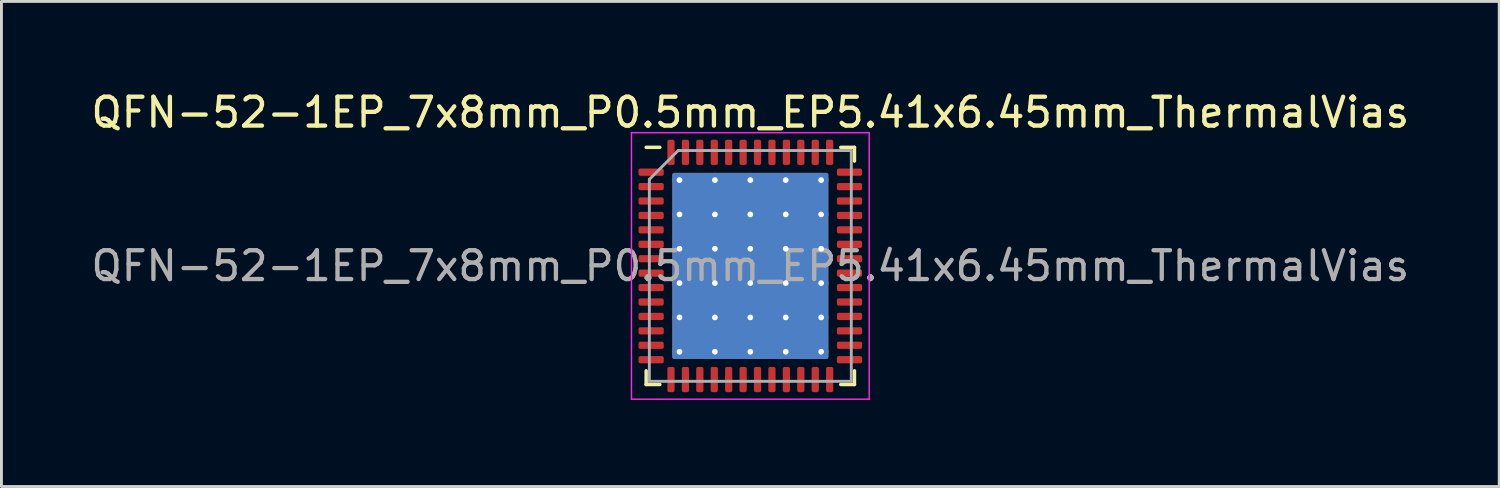
<source format=kicad_pcb>
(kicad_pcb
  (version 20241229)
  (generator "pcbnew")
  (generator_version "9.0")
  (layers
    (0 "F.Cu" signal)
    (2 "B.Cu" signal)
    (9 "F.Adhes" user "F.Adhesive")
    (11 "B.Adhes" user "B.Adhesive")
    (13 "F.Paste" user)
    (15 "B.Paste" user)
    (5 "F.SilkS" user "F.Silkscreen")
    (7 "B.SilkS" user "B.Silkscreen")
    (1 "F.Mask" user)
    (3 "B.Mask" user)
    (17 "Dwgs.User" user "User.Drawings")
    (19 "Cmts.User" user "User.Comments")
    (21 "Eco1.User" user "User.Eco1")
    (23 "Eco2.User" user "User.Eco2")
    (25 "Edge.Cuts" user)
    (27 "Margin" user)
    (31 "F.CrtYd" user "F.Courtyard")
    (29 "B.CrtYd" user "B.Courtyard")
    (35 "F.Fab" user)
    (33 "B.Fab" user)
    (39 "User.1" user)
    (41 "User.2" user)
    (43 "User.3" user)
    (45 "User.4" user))
  (footprint "QFN-52-1EP_7x8mm_P0.5mm_EP5.41x6.45mm_ThermalVias"
    (layer "F.Cu")
    (at 22.958 6.168)
    (property "Reference" "QFN-52-1EP_7x8mm_P0.5mm_EP5.41x6.45mm_ThermalVias" (at 0 -5.32 0) (layer "F.SilkS") (effects (font (size 1 1) (thickness 0.15))))
    (attr smd)
    (fp_line (start -3.61 4.11) (end -3.61 3.635) (stroke (width 0.12) (type solid)) (layer "F.SilkS"))
    (fp_line (start -3.135 -4.11) (end -3.61 -4.11) (stroke (width 0.12) (type solid)) (layer "F.SilkS"))
    (fp_line (start -3.135 4.11) (end -3.61 4.11) (stroke (width 0.12) (type solid)) (layer "F.SilkS"))
    (fp_line (start 3.135 -4.11) (end 3.61 -4.11) (stroke (width 0.12) (type solid)) (layer "F.SilkS"))
    (fp_line (start 3.135 4.11) (end 3.61 4.11) (stroke (width 0.12) (type solid)) (layer "F.SilkS"))
    (fp_line (start 3.61 -4.11) (end 3.61 -3.635) (stroke (width 0.12) (type solid)) (layer "F.SilkS"))
    (fp_line (start 3.61 4.11) (end 3.61 3.635) (stroke (width 0.12) (type solid)) (layer "F.SilkS"))
    (fp_line (start -4.12 -4.62) (end -4.12 4.62) (stroke (width 0.05) (type solid)) (layer "F.CrtYd"))
    (fp_line (start -4.12 4.62) (end 4.12 4.62) (stroke (width 0.05) (type solid)) (layer "F.CrtYd"))
    (fp_line (start 4.12 -4.62) (end -4.12 -4.62) (stroke (width 0.05) (type solid)) (layer "F.CrtYd"))
    (fp_line (start 4.12 4.62) (end 4.12 -4.62) (stroke (width 0.05) (type solid)) (layer "F.CrtYd"))
    (fp_line (start -3.5 -3) (end -2.5 -4) (stroke (width 0.1) (type solid)) (layer "F.Fab"))
    (fp_line (start -3.5 4) (end -3.5 -3) (stroke (width 0.1) (type solid)) (layer "F.Fab"))
    (fp_line (start -2.5 -4) (end 3.5 -4) (stroke (width 0.1) (type solid)) (layer "F.Fab"))
    (fp_line (start 3.5 -4) (end 3.5 4) (stroke (width 0.1) (type solid)) (layer "F.Fab"))
    (fp_line (start 3.5 4) (end -3.5 4) (stroke (width 0.1) (type solid)) (layer "F.Fab"))
    (fp_text user "${REFERENCE}" (at 0 0 0) (layer "F.Fab") (effects (font (size 1 1) (thickness 0.15))))
    (pad "" smd roundrect (at -1.841 -2.38) (size 1.048 0.999) (layers "F.Paste") (roundrect_rratio 0.25))
    (pad "" smd roundrect (at -1.841 -1.19) (size 1.048 0.999) (layers "F.Paste") (roundrect_rratio 0.25))
    (pad "" smd roundrect (at -1.841 0) (size 1.048 0.999) (layers "F.Paste") (roundrect_rratio 0.25))
    (pad "" smd roundrect (at -1.841 1.19) (size 1.048 0.999) (layers "F.Paste") (roundrect_rratio 0.25))
    (pad "" smd roundrect (at -1.841 2.38) (size 1.048 0.999) (layers "F.Paste") (roundrect_rratio 0.25))
    (pad "" smd roundrect (at -0.614 -2.38) (size 1.048 0.999) (layers "F.Paste") (roundrect_rratio 0.25))
    (pad "" smd roundrect (at -0.614 -1.19) (size 1.048 0.999) (layers "F.Paste") (roundrect_rratio 0.25))
    (pad "" smd roundrect (at -0.614 0) (size 1.048 0.999) (layers "F.Paste") (roundrect_rratio 0.25))
    (pad "" smd roundrect (at -0.614 1.19) (size 1.048 0.999) (layers "F.Paste") (roundrect_rratio 0.25))
    (pad "" smd roundrect (at -0.614 2.38) (size 1.048 0.999) (layers "F.Paste") (roundrect_rratio 0.25))
    (pad "" smd roundrect (at 0.614 -2.38) (size 1.048 0.999) (layers "F.Paste") (roundrect_rratio 0.25))
    (pad "" smd roundrect (at 0.614 -1.19) (size 1.048 0.999) (layers "F.Paste") (roundrect_rratio 0.25))
    (pad "" smd roundrect (at 0.614 0) (size 1.048 0.999) (layers "F.Paste") (roundrect_rratio 0.25))
    (pad "" smd roundrect (at 0.614 1.19) (size 1.048 0.999) (layers "F.Paste") (roundrect_rratio 0.25))
    (pad "" smd roundrect (at 0.614 2.38) (size 1.048 0.999) (layers "F.Paste") (roundrect_rratio 0.25))
    (pad "" smd roundrect (at 1.841 -2.38) (size 1.048 0.999) (layers "F.Paste") (roundrect_rratio 0.25))
    (pad "" smd roundrect (at 1.841 -1.19) (size 1.048 0.999) (layers "F.Paste") (roundrect_rratio 0.25))
    (pad "" smd roundrect (at 1.841 0) (size 1.048 0.999) (layers "F.Paste") (roundrect_rratio 0.25))
    (pad "" smd roundrect (at 1.841 1.19) (size 1.048 0.999) (layers "F.Paste") (roundrect_rratio 0.25))
    (pad "" smd roundrect (at 1.841 2.38) (size 1.048 0.999) (layers "F.Paste") (roundrect_rratio 0.25))
    (pad "1" smd roundrect (at -3.438 -3.25) (size 0.875 0.25) (layers "F.Cu" "F.Mask" "F.Paste") (roundrect_rratio 0.25))
    (pad "2" smd roundrect (at -3.438 -2.75) (size 0.875 0.25) (layers "F.Cu" "F.Mask" "F.Paste") (roundrect_rratio 0.25))
    (pad "3" smd roundrect (at -3.438 -2.25) (size 0.875 0.25) (layers "F.Cu" "F.Mask" "F.Paste") (roundrect_rratio 0.25))
    (pad "4" smd roundrect (at -3.438 -1.75) (size 0.875 0.25) (layers "F.Cu" "F.Mask" "F.Paste") (roundrect_rratio 0.25))
    (pad "5" smd roundrect (at -3.438 -1.25) (size 0.875 0.25) (layers "F.Cu" "F.Mask" "F.Paste") (roundrect_rratio 0.25))
    (pad "6" smd roundrect (at -3.438 -0.75) (size 0.875 0.25) (layers "F.Cu" "F.Mask" "F.Paste") (roundrect_rratio 0.25))
    (pad "7" smd roundrect (at -3.438 -0.25) (size 0.875 0.25) (layers "F.Cu" "F.Mask" "F.Paste") (roundrect_rratio 0.25))
    (pad "8" smd roundrect (at -3.438 0.25) (size 0.875 0.25) (layers "F.Cu" "F.Mask" "F.Paste") (roundrect_rratio 0.25))
    (pad "9" smd roundrect (at -3.438 0.75) (size 0.875 0.25) (layers "F.Cu" "F.Mask" "F.Paste") (roundrect_rratio 0.25))
    (pad "10" smd roundrect (at -3.438 1.25) (size 0.875 0.25) (layers "F.Cu" "F.Mask" "F.Paste") (roundrect_rratio 0.25))
    (pad "11" smd roundrect (at -3.438 1.75) (size 0.875 0.25) (layers "F.Cu" "F.Mask" "F.Paste") (roundrect_rratio 0.25))
    (pad "12" smd roundrect (at -3.438 2.25) (size 0.875 0.25) (layers "F.Cu" "F.Mask" "F.Paste") (roundrect_rratio 0.25))
    (pad "13" smd roundrect (at -3.438 2.75) (size 0.875 0.25) (layers "F.Cu" "F.Mask" "F.Paste") (roundrect_rratio 0.25))
    (pad "14" smd roundrect (at -3.438 3.25) (size 0.875 0.25) (layers "F.Cu" "F.Mask" "F.Paste") (roundrect_rratio 0.25))
    (pad "15" smd roundrect (at -2.75 3.938) (size 0.25 0.875) (layers "F.Cu" "F.Mask" "F.Paste") (roundrect_rratio 0.25))
    (pad "16" smd roundrect (at -2.25 3.938) (size 0.25 0.875) (layers "F.Cu" "F.Mask" "F.Paste") (roundrect_rratio 0.25))
    (pad "17" smd roundrect (at -1.75 3.938) (size 0.25 0.875) (layers "F.Cu" "F.Mask" "F.Paste") (roundrect_rratio 0.25))
    (pad "18" smd roundrect (at -1.25 3.938) (size 0.25 0.875) (layers "F.Cu" "F.Mask" "F.Paste") (roundrect_rratio 0.25))
    (pad "19" smd roundrect (at -0.75 3.938) (size 0.25 0.875) (layers "F.Cu" "F.Mask" "F.Paste") (roundrect_rratio 0.25))
    (pad "20" smd roundrect (at -0.25 3.938) (size 0.25 0.875) (layers "F.Cu" "F.Mask" "F.Paste") (roundrect_rratio 0.25))
    (pad "21" smd roundrect (at 0.25 3.938) (size 0.25 0.875) (layers "F.Cu" "F.Mask" "F.Paste") (roundrect_rratio 0.25))
    (pad "22" smd roundrect (at 0.75 3.938) (size 0.25 0.875) (layers "F.Cu" "F.Mask" "F.Paste") (roundrect_rratio 0.25))
    (pad "23" smd roundrect (at 1.25 3.938) (size 0.25 0.875) (layers "F.Cu" "F.Mask" "F.Paste") (roundrect_rratio 0.25))
    (pad "24" smd roundrect (at 1.75 3.938) (size 0.25 0.875) (layers "F.Cu" "F.Mask" "F.Paste") (roundrect_rratio 0.25))
    (pad "25" smd roundrect (at 2.25 3.938) (size 0.25 0.875) (layers "F.Cu" "F.Mask" "F.Paste") (roundrect_rratio 0.25))
    (pad "26" smd roundrect (at 2.75 3.938) (size 0.25 0.875) (layers "F.Cu" "F.Mask" "F.Paste") (roundrect_rratio 0.25))
    (pad "27" smd roundrect (at 3.438 3.25) (size 0.875 0.25) (layers "F.Cu" "F.Mask" "F.Paste") (roundrect_rratio 0.25))
    (pad "28" smd roundrect (at 3.438 2.75) (size 0.875 0.25) (layers "F.Cu" "F.Mask" "F.Paste") (roundrect_rratio 0.25))
    (pad "29" smd roundrect (at 3.438 2.25) (size 0.875 0.25) (layers "F.Cu" "F.Mask" "F.Paste") (roundrect_rratio 0.25))
    (pad "30" smd roundrect (at 3.438 1.75) (size 0.875 0.25) (layers "F.Cu" "F.Mask" "F.Paste") (roundrect_rratio 0.25))
    (pad "31" smd roundrect (at 3.438 1.25) (size 0.875 0.25) (layers "F.Cu" "F.Mask" "F.Paste") (roundrect_rratio 0.25))
    (pad "32" smd roundrect (at 3.438 0.75) (size 0.875 0.25) (layers "F.Cu" "F.Mask" "F.Paste") (roundrect_rratio 0.25))
    (pad "33" smd roundrect (at 3.438 0.25) (size 0.875 0.25) (layers "F.Cu" "F.Mask" "F.Paste") (roundrect_rratio 0.25))
    (pad "34" smd roundrect (at 3.438 -0.25) (size 0.875 0.25) (layers "F.Cu" "F.Mask" "F.Paste") (roundrect_rratio 0.25))
    (pad "35" smd roundrect (at 3.438 -0.75) (size 0.875 0.25) (layers "F.Cu" "F.Mask" "F.Paste") (roundrect_rratio 0.25))
    (pad "36" smd roundrect (at 3.438 -1.25) (size 0.875 0.25) (layers "F.Cu" "F.Mask" "F.Paste") (roundrect_rratio 0.25))
    (pad "37" smd roundrect (at 3.438 -1.75) (size 0.875 0.25) (layers "F.Cu" "F.Mask" "F.Paste") (roundrect_rratio 0.25))
    (pad "38" smd roundrect (at 3.438 -2.25) (size 0.875 0.25) (layers "F.Cu" "F.Mask" "F.Paste") (roundrect_rratio 0.25))
    (pad "39" smd roundrect (at 3.438 -2.75) (size 0.875 0.25) (layers "F.Cu" "F.Mask" "F.Paste") (roundrect_rratio 0.25))
    (pad "40" smd roundrect (at 3.438 -3.25) (size 0.875 0.25) (layers "F.Cu" "F.Mask" "F.Paste") (roundrect_rratio 0.25))
    (pad "41" smd roundrect (at 2.75 -3.938) (size 0.25 0.875) (layers "F.Cu" "F.Mask" "F.Paste") (roundrect_rratio 0.25))
    (pad "42" smd roundrect (at 2.25 -3.938) (size 0.25 0.875) (layers "F.Cu" "F.Mask" "F.Paste") (roundrect_rratio 0.25))
    (pad "43" smd roundrect (at 1.75 -3.938) (size 0.25 0.875) (layers "F.Cu" "F.Mask" "F.Paste") (roundrect_rratio 0.25))
    (pad "44" smd roundrect (at 1.25 -3.938) (size 0.25 0.875) (layers "F.Cu" "F.Mask" "F.Paste") (roundrect_rratio 0.25))
    (pad "45" smd roundrect (at 0.75 -3.938) (size 0.25 0.875) (layers "F.Cu" "F.Mask" "F.Paste") (roundrect_rratio 0.25))
    (pad "46" smd roundrect (at 0.25 -3.938) (size 0.25 0.875) (layers "F.Cu" "F.Mask" "F.Paste") (roundrect_rratio 0.25))
    (pad "47" smd roundrect (at -0.25 -3.938) (size 0.25 0.875) (layers "F.Cu" "F.Mask" "F.Paste") (roundrect_rratio 0.25))
    (pad "48" smd roundrect (at -0.75 -3.938) (size 0.25 0.875) (layers "F.Cu" "F.Mask" "F.Paste") (roundrect_rratio 0.25))
    (pad "49" smd roundrect (at -1.25 -3.938) (size 0.25 0.875) (layers "F.Cu" "F.Mask" "F.Paste") (roundrect_rratio 0.25))
    (pad "50" smd roundrect (at -1.75 -3.938) (size 0.25 0.875) (layers "F.Cu" "F.Mask" "F.Paste") (roundrect_rratio 0.25))
    (pad "51" smd roundrect (at -2.25 -3.938) (size 0.25 0.875) (layers "F.Cu" "F.Mask" "F.Paste") (roundrect_rratio 0.25))
    (pad "52" smd roundrect (at -2.75 -3.938) (size 0.25 0.875) (layers "F.Cu" "F.Mask" "F.Paste") (roundrect_rratio 0.25))
    (pad "53" thru_hole circle (at -2.455 -2.975) (size 0.5 0.5) (drill 0.2) (layers "*.Cu"))
    (pad "53" thru_hole circle (at -2.455 -1.785) (size 0.5 0.5) (drill 0.2) (layers "*.Cu"))
    (pad "53" thru_hole circle (at -2.455 -0.595) (size 0.5 0.5) (drill 0.2) (layers "*.Cu"))
    (pad "53" thru_hole circle (at -2.455 0.595) (size 0.5 0.5) (drill 0.2) (layers "*.Cu"))
    (pad "53" thru_hole circle (at -2.455 1.785) (size 0.5 0.5) (drill 0.2) (layers "*.Cu"))
    (pad "53" thru_hole circle (at -2.455 2.975) (size 0.5 0.5) (drill 0.2) (layers "*.Cu"))
    (pad "53" thru_hole circle (at -1.228 -2.975) (size 0.5 0.5) (drill 0.2) (layers "*.Cu"))
    (pad "53" thru_hole circle (at -1.228 -1.785) (size 0.5 0.5) (drill 0.2) (layers "*.Cu"))
    (pad "53" thru_hole circle (at -1.228 -0.595) (size 0.5 0.5) (drill 0.2) (layers "*.Cu"))
    (pad "53" thru_hole circle (at -1.228 0.595) (size 0.5 0.5) (drill 0.2) (layers "*.Cu"))
    (pad "53" thru_hole circle (at -1.228 1.785) (size 0.5 0.5) (drill 0.2) (layers "*.Cu"))
    (pad "53" thru_hole circle (at -1.228 2.975) (size 0.5 0.5) (drill 0.2) (layers "*.Cu"))
    (pad "53" thru_hole circle (at 0 -2.975) (size 0.5 0.5) (drill 0.2) (layers "*.Cu"))
    (pad "53" thru_hole circle (at 0 -1.785) (size 0.5 0.5) (drill 0.2) (layers "*.Cu"))
    (pad "53" thru_hole circle (at 0 -0.595) (size 0.5 0.5) (drill 0.2) (layers "*.Cu"))
    (pad "53" smd roundrect (at 0 0) (size 5.41 6.45) (layers "F.Cu" "F.Mask") (roundrect_rratio 0.012))
    (pad "53" smd roundrect (at 0 0) (size 5.41 6.45) (layers "B.Cu") (roundrect_rratio 0.012))
    (pad "53" thru_hole circle (at 0 0.595) (size 0.5 0.5) (drill 0.2) (layers "*.Cu"))
    (pad "53" thru_hole circle (at 0 1.785) (size 0.5 0.5) (drill 0.2) (layers "*.Cu"))
    (pad "53" thru_hole circle (at 0 2.975) (size 0.5 0.5) (drill 0.2) (layers "*.Cu"))
    (pad "53" thru_hole circle (at 1.228 -2.975) (size 0.5 0.5) (drill 0.2) (layers "*.Cu"))
    (pad "53" thru_hole circle (at 1.228 -1.785) (size 0.5 0.5) (drill 0.2) (layers "*.Cu"))
    (pad "53" thru_hole circle (at 1.228 -0.595) (size 0.5 0.5) (drill 0.2) (layers "*.Cu"))
    (pad "53" thru_hole circle (at 1.228 0.595) (size 0.5 0.5) (drill 0.2) (layers "*.Cu"))
    (pad "53" thru_hole circle (at 1.228 1.785) (size 0.5 0.5) (drill 0.2) (layers "*.Cu"))
    (pad "53" thru_hole circle (at 1.228 2.975) (size 0.5 0.5) (drill 0.2) (layers "*.Cu"))
    (pad "53" thru_hole circle (at 2.455 -2.975) (size 0.5 0.5) (drill 0.2) (layers "*.Cu"))
    (pad "53" thru_hole circle (at 2.455 -1.785) (size 0.5 0.5) (drill 0.2) (layers "*.Cu"))
    (pad "53" thru_hole circle (at 2.455 -0.595) (size 0.5 0.5) (drill 0.2) (layers "*.Cu"))
    (pad "53" thru_hole circle (at 2.455 0.595) (size 0.5 0.5) (drill 0.2) (layers "*.Cu"))
    (pad "53" thru_hole circle (at 2.455 1.785) (size 0.5 0.5) (drill 0.2) (layers "*.Cu"))
    (pad "53" thru_hole circle (at 2.455 2.975) (size 0.5 0.5) (drill 0.2) (layers "*.Cu")))
  (gr_rect
    (start -3 -3)
    (end 48.917 13.813)
    (stroke (width 0.1) (type default))
    (fill no)
    (layer "Edge.Cuts")))
</source>
